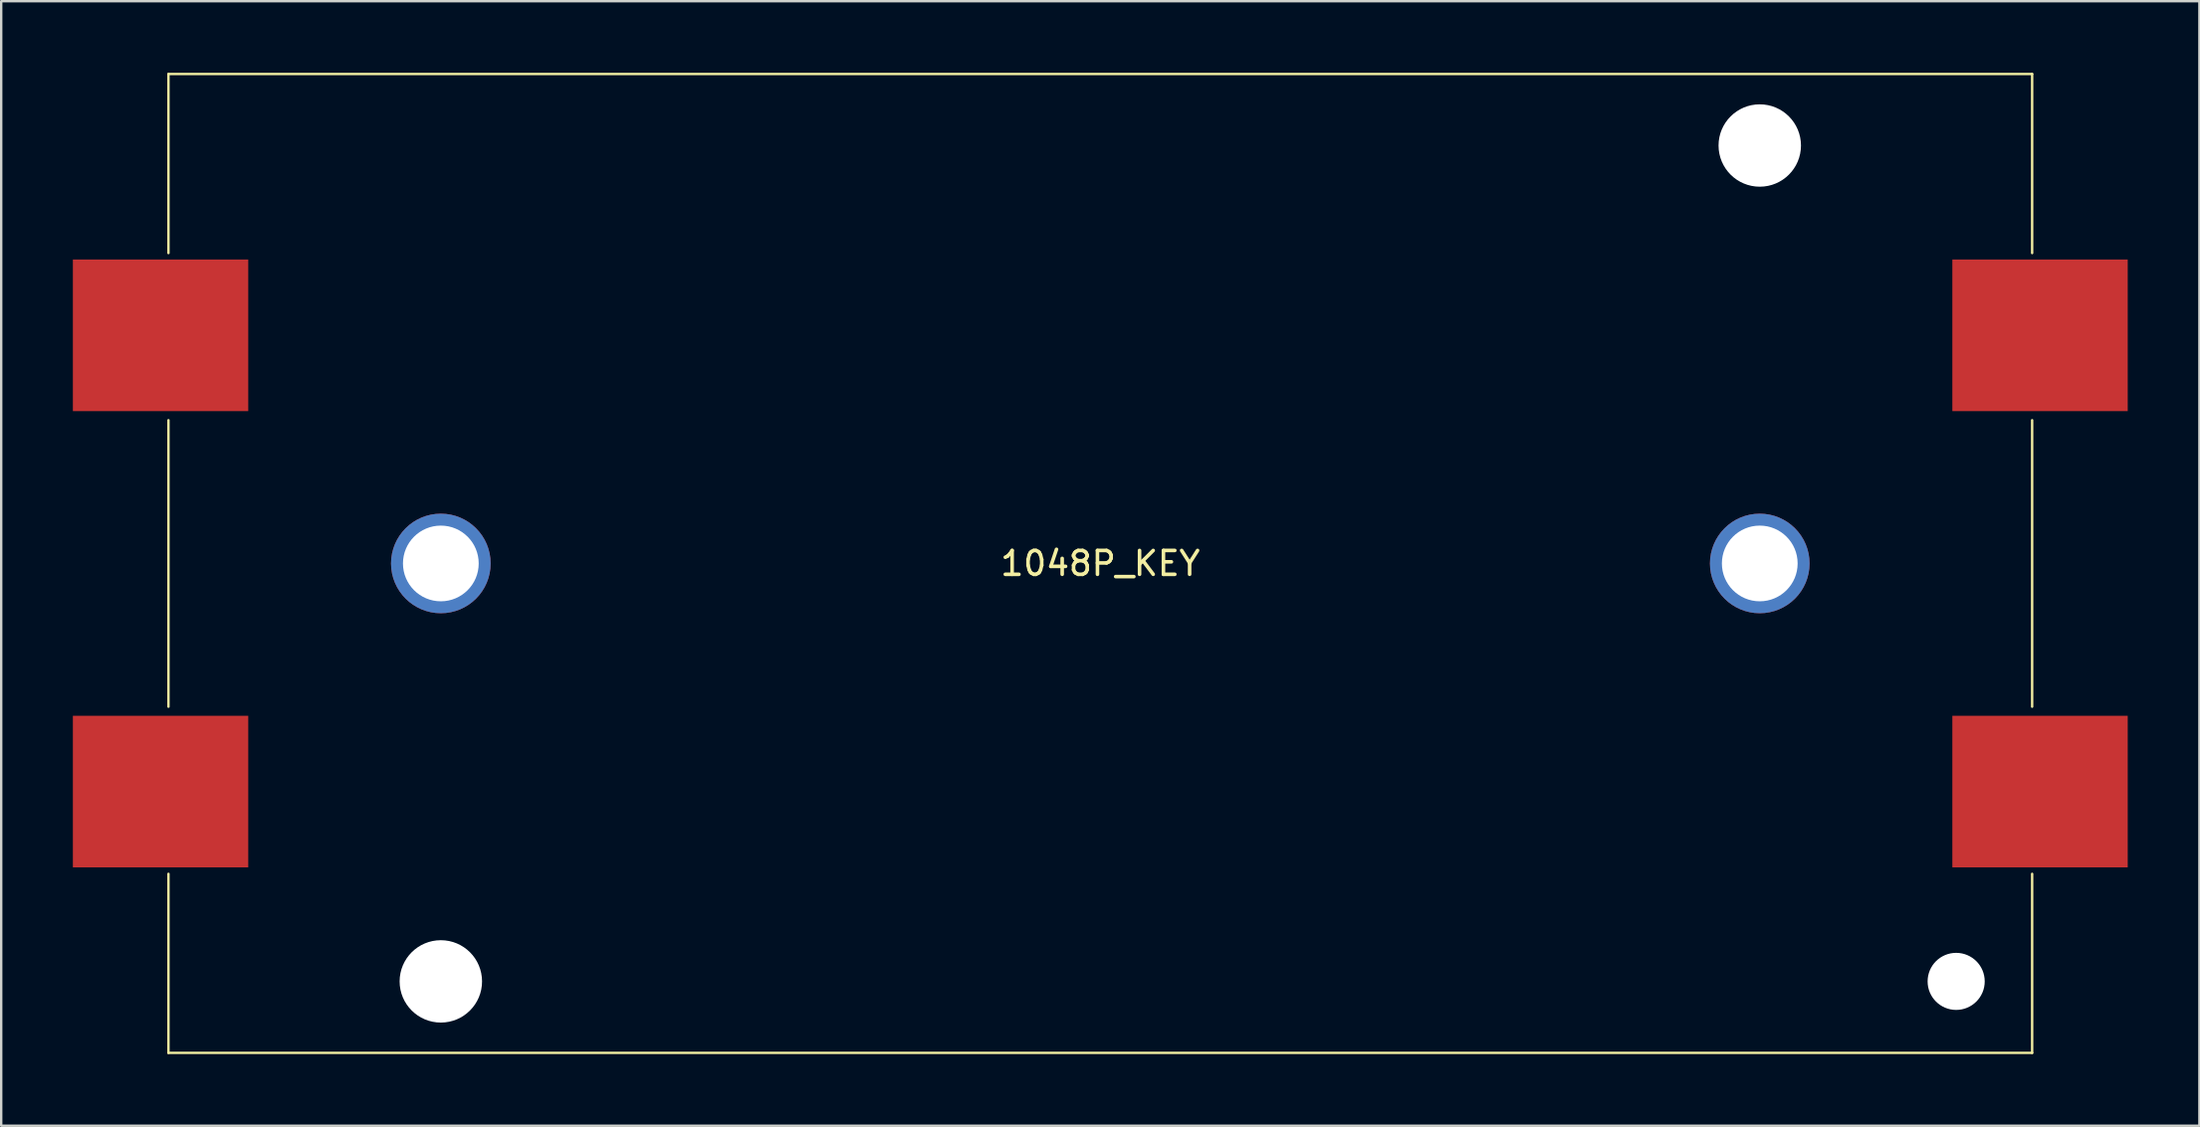
<source format=kicad_pcb>
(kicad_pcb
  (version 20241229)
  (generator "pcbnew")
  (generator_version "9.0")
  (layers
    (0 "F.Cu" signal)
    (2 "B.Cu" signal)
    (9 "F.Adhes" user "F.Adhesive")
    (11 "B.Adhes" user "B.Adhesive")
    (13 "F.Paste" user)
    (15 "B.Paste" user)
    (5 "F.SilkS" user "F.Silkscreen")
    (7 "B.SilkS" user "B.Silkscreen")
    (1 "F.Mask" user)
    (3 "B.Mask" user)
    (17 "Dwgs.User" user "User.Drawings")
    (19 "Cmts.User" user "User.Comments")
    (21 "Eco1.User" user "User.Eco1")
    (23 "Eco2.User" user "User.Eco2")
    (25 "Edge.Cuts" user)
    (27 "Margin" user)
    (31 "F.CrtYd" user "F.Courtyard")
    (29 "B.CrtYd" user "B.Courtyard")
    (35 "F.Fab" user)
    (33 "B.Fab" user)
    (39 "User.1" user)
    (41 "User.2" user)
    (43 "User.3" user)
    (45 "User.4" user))
  (footprint "1048P_KEY"
    (layer "F.Cu")
    (at 43 20.55)
    (property "Reference" "1048P_KEY" (at 0 0 0) (unlocked yes) (layer "F.SilkS") (effects (font (size 1 1) (thickness 0.15))))
    (fp_line (start -39 -20.5) (end -39 -13) (stroke (width 0.1) (type default)) (layer "F.SilkS"))
    (fp_line (start -39 -20.5) (end 39 -20.5) (stroke (width 0.1) (type default)) (layer "F.SilkS"))
    (fp_line (start -39 -6) (end -39 6) (stroke (width 0.1) (type default)) (layer "F.SilkS"))
    (fp_line (start -39 13) (end -39 20.5) (stroke (width 0.1) (type default)) (layer "F.SilkS"))
    (fp_line (start -39 20.5) (end 39 20.5) (stroke (width 0.1) (type default)) (layer "F.SilkS"))
    (fp_line (start 39 -20.5) (end 39 -13) (stroke (width 0.1) (type default)) (layer "F.SilkS"))
    (fp_line (start 39 6) (end 39 -6) (stroke (width 0.1) (type default)) (layer "F.SilkS"))
    (fp_line (start 39 20.5) (end 39 13) (stroke (width 0.1) (type default)) (layer "F.SilkS"))
    (pad "" np_thru_hole circle (at -27.6 0) (size 4.17 4.17) (drill 3.17) (layers "*.Cu" "*.Mask"))
    (pad "" np_thru_hole circle (at -27.6 17.505) (size 3.45 3.45) (drill 3.45) (layers "*.Cu" "*.Mask"))
    (pad "" np_thru_hole circle (at 27.6 -17.505) (size 3.45 3.45) (drill 3.45) (layers "*.Cu" "*.Mask"))
    (pad "" np_thru_hole circle (at 27.6 0) (size 4.17 4.17) (drill 3.17) (layers "*.Cu" "*.Mask"))
    (pad "" np_thru_hole circle (at 35.82 17.505) (size 2.39 2.39) (drill 2.39) (layers "*.Cu" "*.Mask"))
    (pad "1" smd rect (at -39.33 -9.555) (size 7.34 6.35) (layers "F.Cu" "F.Mask" "F.Paste"))
    (pad "2" smd rect (at -39.33 9.555) (size 7.34 6.35) (layers "F.Cu" "F.Mask" "F.Paste"))
    (pad "3" smd rect (at 39.33 -9.555) (size 7.34 6.35) (layers "F.Cu" "F.Mask" "F.Paste"))
    (pad "4" smd rect (at 39.33 9.555) (size 7.34 6.35) (layers "F.Cu" "F.Mask" "F.Paste")))
  (gr_rect
    (start -3 -3)
    (end 89 44.1)
    (stroke (width 0.1) (type default))
    (fill no)
    (layer "Edge.Cuts")))
</source>
